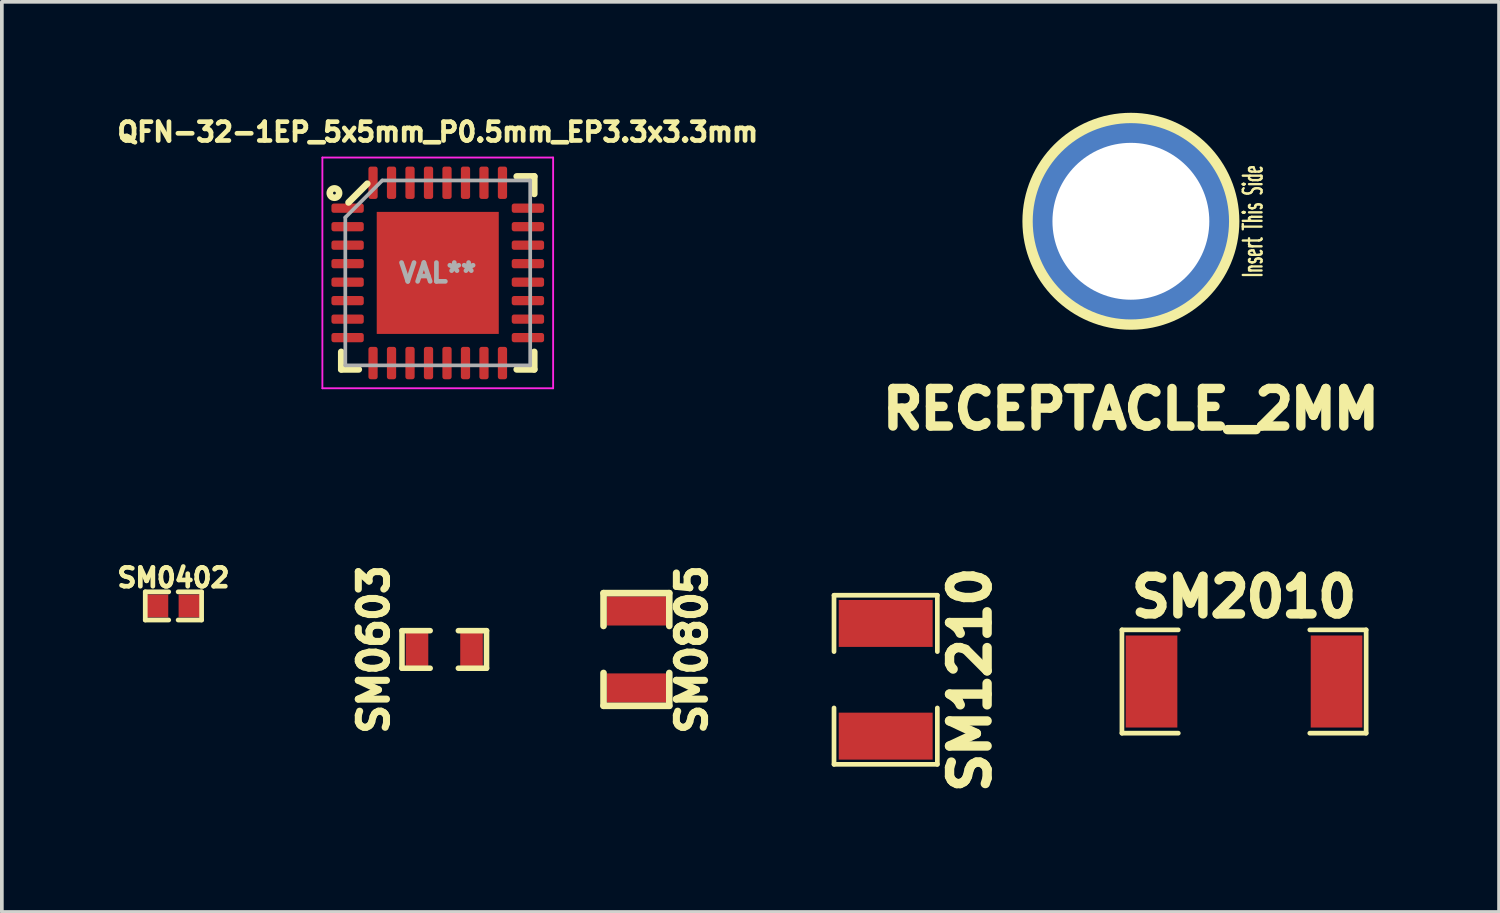
<source format=kicad_pcb>
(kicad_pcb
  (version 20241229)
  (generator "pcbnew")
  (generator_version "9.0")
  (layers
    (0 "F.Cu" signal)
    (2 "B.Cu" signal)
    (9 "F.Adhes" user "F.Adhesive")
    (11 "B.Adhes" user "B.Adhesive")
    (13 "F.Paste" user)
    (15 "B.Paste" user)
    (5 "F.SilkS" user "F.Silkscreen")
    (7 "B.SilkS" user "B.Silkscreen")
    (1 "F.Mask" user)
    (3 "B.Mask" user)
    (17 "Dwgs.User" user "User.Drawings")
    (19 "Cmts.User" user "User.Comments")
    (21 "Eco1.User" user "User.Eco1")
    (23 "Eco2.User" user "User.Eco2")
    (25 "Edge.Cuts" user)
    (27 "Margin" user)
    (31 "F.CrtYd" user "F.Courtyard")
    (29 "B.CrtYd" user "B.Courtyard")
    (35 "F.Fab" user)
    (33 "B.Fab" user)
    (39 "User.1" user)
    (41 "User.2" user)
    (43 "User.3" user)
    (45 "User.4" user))
  (footprint "SM0402"
    (layer "F.Cu")
    (at 1.64 13.336)
    (property "Reference" "SM0402" (at 0 -0.762 0) (layer "F.SilkS") (effects (font (size 0.508 0.508) (thickness 0.127))))
    (attr smd)
    (fp_line (start -0.762 -0.381) (end -0.762 0.381) (stroke (width 0.127) (type solid)) (layer "F.SilkS"))
    (fp_line (start -0.762 0.381) (end -0.127 0.381) (stroke (width 0.127) (type solid)) (layer "F.SilkS"))
    (fp_line (start -0.127 -0.381) (end -0.762 -0.381) (stroke (width 0.127) (type solid)) (layer "F.SilkS"))
    (fp_line (start 0.127 -0.381) (end 0.762 -0.381) (stroke (width 0.127) (type solid)) (layer "F.SilkS"))
    (fp_line (start 0.762 -0.381) (end 0.762 0.381) (stroke (width 0.127) (type solid)) (layer "F.SilkS"))
    (fp_line (start 0.762 0.381) (end 0.127 0.381) (stroke (width 0.127) (type solid)) (layer "F.SilkS"))
    (pad "1" smd rect (at -0.45 0) (size 0.62 0.62) (layers "F.Cu" "F.Mask" "F.Paste"))
    (pad "2" smd rect (at 0.45 0) (size 0.62 0.62) (layers "F.Cu" "F.Mask" "F.Paste")))
  (footprint "QFN-32-1EP_5x5mm_P0.5mm_EP3.3x3.3mm"
    (layer "F.Cu")
    (at 8.788 4.33)
    (property "Reference" "QFN-32-1EP_5x5mm_P0.5mm_EP3.3x3.3mm" (at 0 -3.81 0) (layer "F.SilkS") (effects (font (size 0.508 0.508) (thickness 0.127))))
    (attr smd)
    (fp_line (start -2.61 2.61) (end -2.61 2.135) (stroke (width 0.178) (type solid)) (layer "F.SilkS"))
    (fp_line (start -2.135 2.61) (end -2.61 2.61) (stroke (width 0.178) (type solid)) (layer "F.SilkS"))
    (fp_line (start -1.905 -2.413) (end -2.413 -1.905) (stroke (width 0.178) (type solid)) (layer "F.SilkS"))
    (fp_line (start 2.135 -2.61) (end 2.61 -2.61) (stroke (width 0.178) (type solid)) (layer "F.SilkS"))
    (fp_line (start 2.135 2.61) (end 2.61 2.61) (stroke (width 0.178) (type solid)) (layer "F.SilkS"))
    (fp_line (start 2.61 -2.61) (end 2.61 -2.135) (stroke (width 0.178) (type solid)) (layer "F.SilkS"))
    (fp_line (start 2.61 2.61) (end 2.61 2.135) (stroke (width 0.178) (type solid)) (layer "F.SilkS"))
    (fp_circle (center -2.794 -2.159) (end -2.667 -2.159) (stroke (width 0.178) (type solid)) (fill no) (layer "F.SilkS"))
    (fp_line (start -3.12 -3.12) (end -3.12 3.12) (stroke (width 0.05) (type solid)) (layer "F.CrtYd"))
    (fp_line (start -3.12 3.12) (end 3.12 3.12) (stroke (width 0.05) (type solid)) (layer "F.CrtYd"))
    (fp_line (start 3.12 -3.12) (end -3.12 -3.12) (stroke (width 0.05) (type solid)) (layer "F.CrtYd"))
    (fp_line (start 3.12 3.12) (end 3.12 -3.12) (stroke (width 0.05) (type solid)) (layer "F.CrtYd"))
    (fp_line (start -2.5 -1.5) (end -1.5 -2.5) (stroke (width 0.1) (type solid)) (layer "F.Fab"))
    (fp_line (start -2.5 2.5) (end -2.5 -1.5) (stroke (width 0.1) (type solid)) (layer "F.Fab"))
    (fp_line (start -1.5 -2.5) (end 2.5 -2.5) (stroke (width 0.1) (type solid)) (layer "F.Fab"))
    (fp_line (start 2.5 -2.5) (end 2.5 2.5) (stroke (width 0.1) (type solid)) (layer "F.Fab"))
    (fp_line (start 2.5 2.5) (end -2.5 2.5) (stroke (width 0.1) (type solid)) (layer "F.Fab"))
    (fp_text user "VAL**" (at 0 0 0) (layer "F.Fab") (effects (font (size 0.508 0.508) (thickness 0.127))))
    (pad "" smd roundrect (at -1.1 -1.1) (size 0.89 0.89) (layers "F.Paste") (roundrect_rratio 0.25))
    (pad "" smd roundrect (at -1.1 0) (size 0.89 0.89) (layers "F.Paste") (roundrect_rratio 0.25))
    (pad "" smd roundrect (at -1.1 1.1) (size 0.89 0.89) (layers "F.Paste") (roundrect_rratio 0.25))
    (pad "" smd roundrect (at 0 -1.1) (size 0.89 0.89) (layers "F.Paste") (roundrect_rratio 0.25))
    (pad "" smd roundrect (at 0 1.1) (size 0.89 0.89) (layers "F.Paste") (roundrect_rratio 0.25))
    (pad "" smd roundrect (at 1.1 -1.1) (size 0.89 0.89) (layers "F.Paste") (roundrect_rratio 0.25))
    (pad "" smd roundrect (at 1.1 0) (size 0.89 0.89) (layers "F.Paste") (roundrect_rratio 0.25))
    (pad "" smd roundrect (at 1.1 1.1) (size 0.89 0.89) (layers "F.Paste") (roundrect_rratio 0.25))
    (pad "1" smd roundrect (at -2.438 -1.75) (size 0.875 0.25) (layers "F.Cu" "F.Mask" "F.Paste") (roundrect_rratio 0.25))
    (pad "2" smd roundrect (at -2.438 -1.25) (size 0.875 0.25) (layers "F.Cu" "F.Mask" "F.Paste") (roundrect_rratio 0.25))
    (pad "3" smd roundrect (at -2.438 -0.75) (size 0.875 0.25) (layers "F.Cu" "F.Mask" "F.Paste") (roundrect_rratio 0.25))
    (pad "4" smd roundrect (at -2.438 -0.25) (size 0.875 0.25) (layers "F.Cu" "F.Mask" "F.Paste") (roundrect_rratio 0.25))
    (pad "5" smd roundrect (at -2.438 0.25) (size 0.875 0.25) (layers "F.Cu" "F.Mask" "F.Paste") (roundrect_rratio 0.25))
    (pad "6" smd roundrect (at -2.438 0.75) (size 0.875 0.25) (layers "F.Cu" "F.Mask" "F.Paste") (roundrect_rratio 0.25))
    (pad "7" smd roundrect (at -2.438 1.25) (size 0.875 0.25) (layers "F.Cu" "F.Mask" "F.Paste") (roundrect_rratio 0.25))
    (pad "8" smd roundrect (at -2.438 1.75) (size 0.875 0.25) (layers "F.Cu" "F.Mask" "F.Paste") (roundrect_rratio 0.25))
    (pad "9" smd roundrect (at -1.75 2.438) (size 0.25 0.875) (layers "F.Cu" "F.Mask" "F.Paste") (roundrect_rratio 0.25))
    (pad "10" smd roundrect (at -1.25 2.438) (size 0.25 0.875) (layers "F.Cu" "F.Mask" "F.Paste") (roundrect_rratio 0.25))
    (pad "11" smd roundrect (at -0.75 2.438) (size 0.25 0.875) (layers "F.Cu" "F.Mask" "F.Paste") (roundrect_rratio 0.25))
    (pad "12" smd roundrect (at -0.25 2.438) (size 0.25 0.875) (layers "F.Cu" "F.Mask" "F.Paste") (roundrect_rratio 0.25))
    (pad "13" smd roundrect (at 0.25 2.438) (size 0.25 0.875) (layers "F.Cu" "F.Mask" "F.Paste") (roundrect_rratio 0.25))
    (pad "14" smd roundrect (at 0.75 2.438) (size 0.25 0.875) (layers "F.Cu" "F.Mask" "F.Paste") (roundrect_rratio 0.25))
    (pad "15" smd roundrect (at 1.25 2.438) (size 0.25 0.875) (layers "F.Cu" "F.Mask" "F.Paste") (roundrect_rratio 0.25))
    (pad "16" smd roundrect (at 1.75 2.438) (size 0.25 0.875) (layers "F.Cu" "F.Mask" "F.Paste") (roundrect_rratio 0.25))
    (pad "17" smd roundrect (at 2.438 1.75) (size 0.875 0.25) (layers "F.Cu" "F.Mask" "F.Paste") (roundrect_rratio 0.25))
    (pad "18" smd roundrect (at 2.438 1.25) (size 0.875 0.25) (layers "F.Cu" "F.Mask" "F.Paste") (roundrect_rratio 0.25))
    (pad "19" smd roundrect (at 2.438 0.75) (size 0.875 0.25) (layers "F.Cu" "F.Mask" "F.Paste") (roundrect_rratio 0.25))
    (pad "20" smd roundrect (at 2.438 0.25) (size 0.875 0.25) (layers "F.Cu" "F.Mask" "F.Paste") (roundrect_rratio 0.25))
    (pad "21" smd roundrect (at 2.438 -0.25) (size 0.875 0.25) (layers "F.Cu" "F.Mask" "F.Paste") (roundrect_rratio 0.25))
    (pad "22" smd roundrect (at 2.438 -0.75) (size 0.875 0.25) (layers "F.Cu" "F.Mask" "F.Paste") (roundrect_rratio 0.25))
    (pad "23" smd roundrect (at 2.438 -1.25) (size 0.875 0.25) (layers "F.Cu" "F.Mask" "F.Paste") (roundrect_rratio 0.25))
    (pad "24" smd roundrect (at 2.438 -1.75) (size 0.875 0.25) (layers "F.Cu" "F.Mask" "F.Paste") (roundrect_rratio 0.25))
    (pad "25" smd roundrect (at 1.75 -2.438) (size 0.25 0.875) (layers "F.Cu" "F.Mask" "F.Paste") (roundrect_rratio 0.25))
    (pad "26" smd roundrect (at 1.25 -2.438) (size 0.25 0.875) (layers "F.Cu" "F.Mask" "F.Paste") (roundrect_rratio 0.25))
    (pad "27" smd roundrect (at 0.75 -2.438) (size 0.25 0.875) (layers "F.Cu" "F.Mask" "F.Paste") (roundrect_rratio 0.25))
    (pad "28" smd roundrect (at 0.25 -2.438) (size 0.25 0.875) (layers "F.Cu" "F.Mask" "F.Paste") (roundrect_rratio 0.25))
    (pad "29" smd roundrect (at -0.25 -2.438) (size 0.25 0.875) (layers "F.Cu" "F.Mask" "F.Paste") (roundrect_rratio 0.25))
    (pad "30" smd roundrect (at -0.75 -2.438) (size 0.25 0.875) (layers "F.Cu" "F.Mask" "F.Paste") (roundrect_rratio 0.25))
    (pad "31" smd roundrect (at -1.25 -2.438) (size 0.25 0.875) (layers "F.Cu" "F.Mask" "F.Paste") (roundrect_rratio 0.25))
    (pad "32" smd roundrect (at -1.75 -2.438) (size 0.25 0.875) (layers "F.Cu" "F.Mask" "F.Paste") (roundrect_rratio 0.25))
    (pad "33" smd rect (at 0 0) (size 3.3 3.3) (layers "F.Cu" "F.Mask")))
  (footprint "SM2010"
    (layer "F.Cu")
    (at 30.592 15.38)
    (property "Reference" "SM2010" (at 0 -2.286 0) (layer "F.SilkS") (effects (font (size 1.016 1.016) (thickness 0.254))))
    (attr smd)
    (fp_line (start -3.302 -1.397) (end -3.302 1.397) (stroke (width 0.127) (type solid)) (layer "F.SilkS"))
    (fp_line (start -3.302 1.397) (end -1.778 1.397) (stroke (width 0.127) (type solid)) (layer "F.SilkS"))
    (fp_line (start -1.778 -1.397) (end -3.302 -1.397) (stroke (width 0.127) (type solid)) (layer "F.SilkS"))
    (fp_line (start 1.778 1.397) (end 3.302 1.397) (stroke (width 0.127) (type solid)) (layer "F.SilkS"))
    (fp_line (start 3.302 -1.397) (end 1.778 -1.397) (stroke (width 0.127) (type solid)) (layer "F.SilkS"))
    (fp_line (start 3.302 1.397) (end 3.302 -1.397) (stroke (width 0.127) (type solid)) (layer "F.SilkS"))
    (pad "1" smd rect (at -2.502 0) (size 1.397 2.489) (layers "F.Cu" "F.Mask" "F.Paste"))
    (pad "2" smd rect (at 2.502 0) (size 1.397 2.489) (layers "F.Cu" "F.Mask" "F.Paste")))
  (footprint "SM1210"
    (layer "F.Cu")
    (at 20.901 15.333)
    (property "Reference" "SM1210" (at 2.286 0 270) (layer "F.SilkS") (effects (font (size 1.016 1.016) (thickness 0.254))))
    (attr smd)
    (fp_line (start -1.397 -2.286) (end -1.397 -0.762) (stroke (width 0.127) (type solid)) (layer "F.SilkS"))
    (fp_line (start -1.397 0.762) (end -1.397 2.286) (stroke (width 0.127) (type solid)) (layer "F.SilkS"))
    (fp_line (start -1.397 2.286) (end 1.397 2.286) (stroke (width 0.127) (type solid)) (layer "F.SilkS"))
    (fp_line (start 1.397 -2.286) (end -1.397 -2.286) (stroke (width 0.127) (type solid)) (layer "F.SilkS"))
    (fp_line (start 1.397 -0.762) (end 1.397 -2.286) (stroke (width 0.127) (type solid)) (layer "F.SilkS"))
    (fp_line (start 1.397 2.286) (end 1.397 0.762) (stroke (width 0.127) (type solid)) (layer "F.SilkS"))
    (pad "1" smd rect (at 0 -1.524 270) (size 1.27 2.54) (layers "F.Cu" "F.Mask" "F.Paste"))
    (pad "2" smd rect (at 0 1.524 270) (size 1.27 2.54) (layers "F.Cu" "F.Mask" "F.Paste")))
  (footprint "SM0805"
    (layer "F.Cu")
    (at 14.16 14.513)
    (property "Reference" "SM0805" (at 1.5 0 90) (layer "F.SilkS") (effects (font (size 0.762 0.762) (thickness 0.191))))
    (attr smd)
    (fp_line (start -0.889 -1.524) (end -0.889 -0.635) (stroke (width 0.178) (type solid)) (layer "F.SilkS"))
    (fp_line (start -0.889 1.524) (end -0.889 0.635) (stroke (width 0.178) (type solid)) (layer "F.SilkS"))
    (fp_line (start 0.889 -1.524) (end -0.889 -1.524) (stroke (width 0.178) (type solid)) (layer "F.SilkS"))
    (fp_line (start 0.889 -0.635) (end 0.889 -1.524) (stroke (width 0.178) (type solid)) (layer "F.SilkS"))
    (fp_line (start 0.889 0.635) (end 0.889 1.524) (stroke (width 0.178) (type solid)) (layer "F.SilkS"))
    (fp_line (start 0.889 1.524) (end -0.889 1.524) (stroke (width 0.178) (type solid)) (layer "F.SilkS"))
    (pad "1" smd rect (at 0 -1.041 270) (size 0.787 1.6) (layers "F.Cu" "F.Mask" "F.Paste"))
    (pad "2" smd rect (at 0 1.041 270) (size 0.787 1.6) (layers "F.Cu" "F.Mask" "F.Paste")))
  (footprint "SM0603"
    (layer "F.Cu")
    (at 8.964 14.513)
    (property "Reference" "SM0603" (at -1.905 0 90) (layer "F.SilkS") (effects (font (size 0.762 0.762) (thickness 0.191))))
    (attr smd)
    (fp_line (start -1.143 -0.508) (end -1.143 0.508) (stroke (width 0.15) (type solid)) (layer "F.SilkS"))
    (fp_line (start -1.143 0.508) (end -0.381 0.508) (stroke (width 0.15) (type solid)) (layer "F.SilkS"))
    (fp_line (start -0.381 -0.508) (end -1.143 -0.508) (stroke (width 0.15) (type solid)) (layer "F.SilkS"))
    (fp_line (start 0.381 -0.508) (end 1.143 -0.508) (stroke (width 0.15) (type solid)) (layer "F.SilkS"))
    (fp_line (start 1.143 -0.508) (end 1.143 0.508) (stroke (width 0.15) (type solid)) (layer "F.SilkS"))
    (fp_line (start 1.143 0.508) (end 0.381 0.508) (stroke (width 0.15) (type solid)) (layer "F.SilkS"))
    (pad "1" smd rect (at -0.737 0) (size 0.61 0.889) (layers "F.Cu" "F.Mask" "F.Paste"))
    (pad "2" smd rect (at 0.737 0) (size 0.61 0.889) (layers "F.Cu" "F.Mask" "F.Paste")))
  (footprint "RECEPTACLE_2MM"
    (layer "F.Cu")
    (at 27.532 2.934)
    (property "Reference" "RECEPTACLE_2MM" (at 0 5.08 0) (layer "F.SilkS") (effects (font (size 1.016 1.016) (thickness 0.254))))
    (attr through_hole)
    (fp_circle (center 0 0) (end 2.794 0) (stroke (width 0.279) (type solid)) (fill no) (layer "F.SilkS"))
    (fp_text user "Insert This Side" (at 3.302 0 90) (layer "F.SilkS") (effects (font (size 0.508 0.254) (thickness 0.064))))
    (pad "1" thru_hole circle (at 0 0) (size 5.512 5.512) (drill 4.242) (layers "*.Cu" "*.Mask")))
  (gr_rect
    (start -3 -3)
    (end 37.488 21.612)
    (stroke (width 0.1) (type default))
    (fill no)
    (layer "Edge.Cuts")))
</source>
